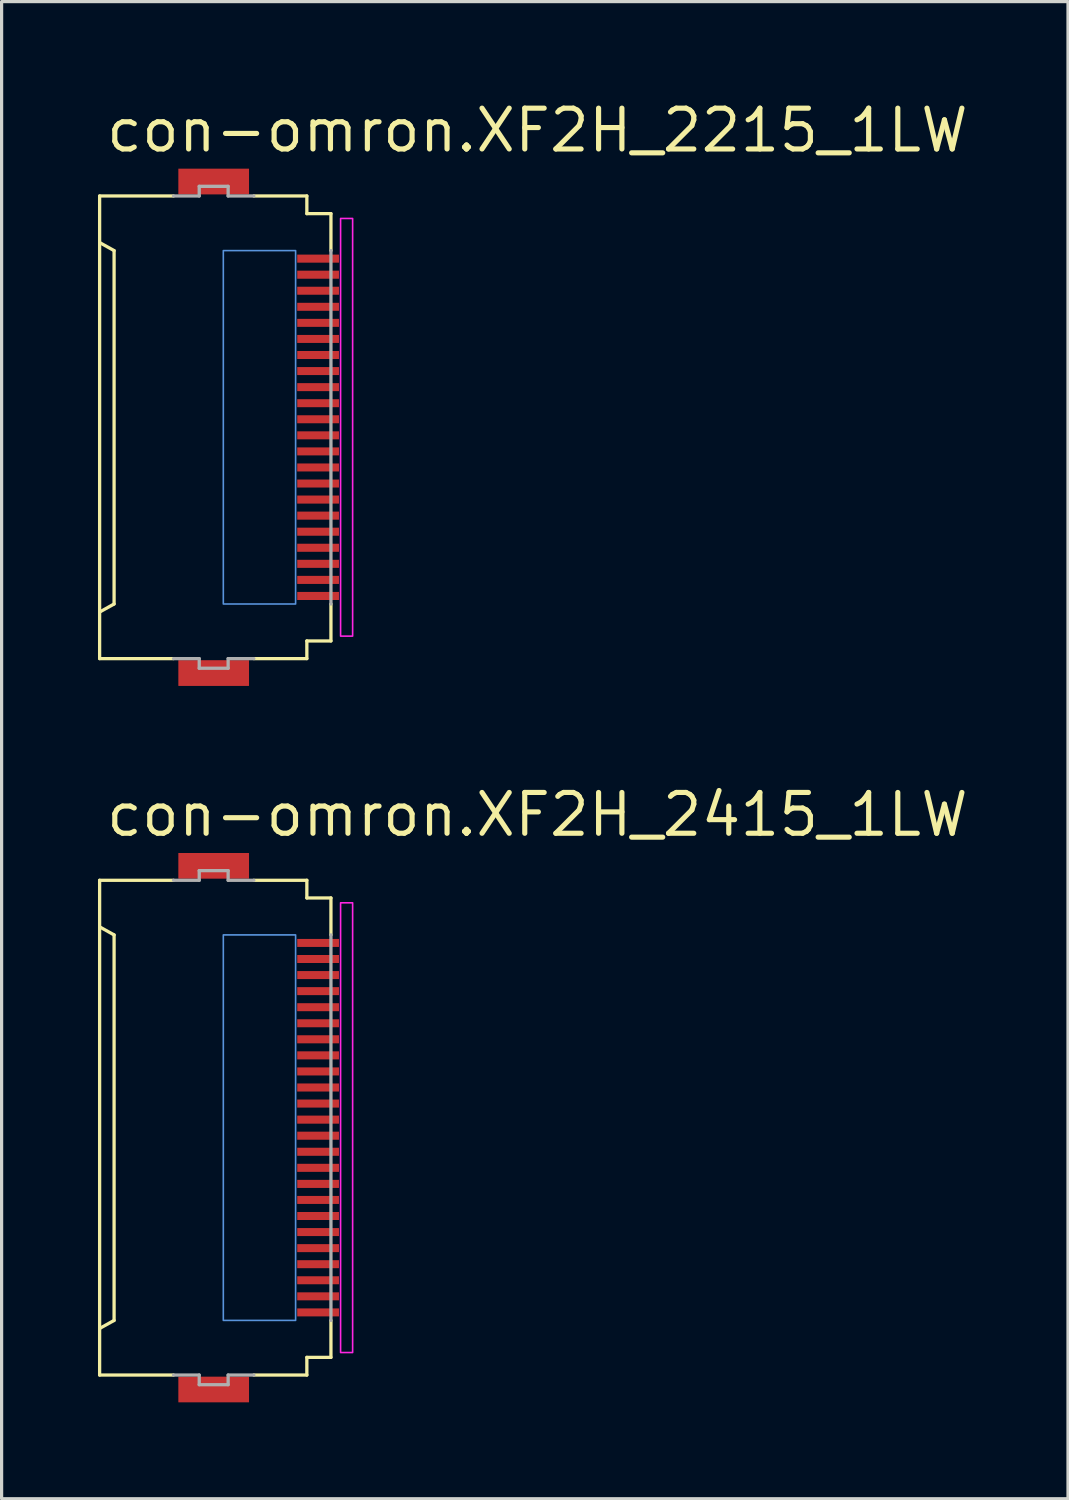
<source format=kicad_pcb>
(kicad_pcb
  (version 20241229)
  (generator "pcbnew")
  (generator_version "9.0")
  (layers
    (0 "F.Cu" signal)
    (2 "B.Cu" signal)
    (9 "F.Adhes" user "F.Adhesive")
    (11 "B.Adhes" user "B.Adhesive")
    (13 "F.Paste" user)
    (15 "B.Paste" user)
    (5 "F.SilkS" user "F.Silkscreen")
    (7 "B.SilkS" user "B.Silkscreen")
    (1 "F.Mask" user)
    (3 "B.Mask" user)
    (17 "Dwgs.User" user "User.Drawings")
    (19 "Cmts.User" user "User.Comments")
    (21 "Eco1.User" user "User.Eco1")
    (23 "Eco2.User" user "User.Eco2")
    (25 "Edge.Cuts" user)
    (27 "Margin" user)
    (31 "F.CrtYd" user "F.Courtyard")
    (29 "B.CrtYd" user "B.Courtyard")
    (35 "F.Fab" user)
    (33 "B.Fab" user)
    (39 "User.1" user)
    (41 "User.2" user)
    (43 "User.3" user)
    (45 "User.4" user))
  (footprint "con-omron.XF2H_2415_1LW"
    (layer "F.Cu")
    (at 3.676 32.05)
    (property "Reference" "con-omron.XF2H_2415_1LW" (at -3.5 -9 0) (layer "F.SilkS") (effects (font (size 1.27 1.27) (thickness 0.16)) (justify left bottom)))
    (attr smd)
    (fp_rect (start 2.475 -5.575) (end 3.875 -5.925) (stroke (width 0.05) (type default)) (fill yes) (layer "F.Mask"))
    (fp_rect (start 2.475 -5.075) (end 3.875 -5.425) (stroke (width 0.05) (type default)) (fill yes) (layer "F.Mask"))
    (fp_rect (start 2.475 -4.575) (end 3.875 -4.925) (stroke (width 0.05) (type default)) (fill yes) (layer "F.Mask"))
    (fp_rect (start 2.475 -4.075) (end 3.875 -4.425) (stroke (width 0.05) (type default)) (fill yes) (layer "F.Mask"))
    (fp_rect (start 2.475 -3.575) (end 3.875 -3.925) (stroke (width 0.05) (type default)) (fill yes) (layer "F.Mask"))
    (fp_rect (start 2.475 -3.075) (end 3.875 -3.425) (stroke (width 0.05) (type default)) (fill yes) (layer "F.Mask"))
    (fp_rect (start 2.475 -2.575) (end 3.875 -2.925) (stroke (width 0.05) (type default)) (fill yes) (layer "F.Mask"))
    (fp_rect (start 2.475 -2.075) (end 3.875 -2.425) (stroke (width 0.05) (type default)) (fill yes) (layer "F.Mask"))
    (fp_rect (start 2.475 -1.575) (end 3.875 -1.925) (stroke (width 0.05) (type default)) (fill yes) (layer "F.Mask"))
    (fp_rect (start 2.475 -1.075) (end 3.875 -1.425) (stroke (width 0.05) (type default)) (fill yes) (layer "F.Mask"))
    (fp_rect (start 2.475 -0.575) (end 3.875 -0.925) (stroke (width 0.05) (type default)) (fill yes) (layer "F.Mask"))
    (fp_rect (start 2.475 -0.075) (end 3.875 -0.425) (stroke (width 0.05) (type default)) (fill yes) (layer "F.Mask"))
    (fp_rect (start 2.475 0.425) (end 3.875 0.075) (stroke (width 0.05) (type default)) (fill yes) (layer "F.Mask"))
    (fp_rect (start 2.475 0.925) (end 3.875 0.575) (stroke (width 0.05) (type default)) (fill yes) (layer "F.Mask"))
    (fp_rect (start 2.475 1.425) (end 3.875 1.075) (stroke (width 0.05) (type default)) (fill yes) (layer "F.Mask"))
    (fp_rect (start 2.475 1.925) (end 3.875 1.575) (stroke (width 0.05) (type default)) (fill yes) (layer "F.Mask"))
    (fp_rect (start 2.475 2.425) (end 3.875 2.075) (stroke (width 0.05) (type default)) (fill yes) (layer "F.Mask"))
    (fp_rect (start 2.475 2.925) (end 3.875 2.575) (stroke (width 0.05) (type default)) (fill yes) (layer "F.Mask"))
    (fp_rect (start 2.475 3.425) (end 3.875 3.075) (stroke (width 0.05) (type default)) (fill yes) (layer "F.Mask"))
    (fp_rect (start 2.475 3.925) (end 3.875 3.575) (stroke (width 0.05) (type default)) (fill yes) (layer "F.Mask"))
    (fp_rect (start 2.475 4.425) (end 3.875 4.075) (stroke (width 0.05) (type default)) (fill yes) (layer "F.Mask"))
    (fp_rect (start 2.475 4.925) (end 3.875 4.575) (stroke (width 0.05) (type default)) (fill yes) (layer "F.Mask"))
    (fp_rect (start 2.475 5.425) (end 3.875 5.075) (stroke (width 0.05) (type default)) (fill yes) (layer "F.Mask"))
    (fp_rect (start 2.475 5.925) (end 3.875 5.575) (stroke (width 0.05) (type default)) (fill yes) (layer "F.Mask"))
    (fp_line (start -3.625 -7.7) (end -1.325 -7.7) (stroke (width 0.102) (type default)) (layer "F.SilkS"))
    (fp_line (start -3.625 -6.25) (end -3.625 -7.7) (stroke (width 0.102) (type default)) (layer "F.SilkS"))
    (fp_line (start -3.625 -6.25) (end -3.625 6.25) (stroke (width 0.102) (type default)) (layer "F.SilkS"))
    (fp_line (start -3.625 6.25) (end -3.175 6) (stroke (width 0.102) (type default)) (layer "F.SilkS"))
    (fp_line (start -3.625 7.7) (end -3.625 6.25) (stroke (width 0.102) (type default)) (layer "F.SilkS"))
    (fp_line (start -3.175 -6) (end -3.625 -6.25) (stroke (width 0.102) (type default)) (layer "F.SilkS"))
    (fp_line (start -3.175 6) (end -3.175 -6) (stroke (width 0.102) (type default)) (layer "F.SilkS"))
    (fp_line (start -1.325 7.7) (end -3.625 7.7) (stroke (width 0.102) (type default)) (layer "F.SilkS"))
    (fp_line (start 1.175 -7.7) (end 2.825 -7.7) (stroke (width 0.102) (type default)) (layer "F.SilkS"))
    (fp_line (start 1.175 7.7) (end 2.825 7.7) (stroke (width 0.102) (type default)) (layer "F.SilkS"))
    (fp_line (start 2.825 -7.7) (end 2.825 -7.15) (stroke (width 0.102) (type default)) (layer "F.SilkS"))
    (fp_line (start 2.825 -7.15) (end 3.575 -7.15) (stroke (width 0.102) (type default)) (layer "F.SilkS"))
    (fp_line (start 2.825 7.15) (end 2.825 7.7) (stroke (width 0.102) (type default)) (layer "F.SilkS"))
    (fp_line (start 2.825 7.15) (end 3.575 7.15) (stroke (width 0.102) (type default)) (layer "F.SilkS"))
    (fp_line (start 3.575 -7.15) (end 3.575 -6) (stroke (width 0.102) (type default)) (layer "F.SilkS"))
    (fp_line (start 3.575 6) (end 3.575 7.15) (stroke (width 0.102) (type default)) (layer "F.SilkS"))
    (fp_rect (start 0.225 6) (end 2.475 -6) (stroke (width 0.05) (type default)) (fill no) (layer "Cmts.User"))
    (fp_rect (start 3.875 7) (end 4.25 -7) (stroke (width 0.05) (type default)) (fill no) (layer "F.CrtYd"))
    (fp_line (start -1.325 -7.7) (end -0.525 -7.7) (stroke (width 0.102) (type default)) (layer "F.Fab"))
    (fp_line (start -0.525 -8) (end 0.375 -8) (stroke (width 0.102) (type default)) (layer "F.Fab"))
    (fp_line (start -0.525 -7.7) (end -0.525 -8) (stroke (width 0.102) (type default)) (layer "F.Fab"))
    (fp_line (start -0.525 7.7) (end -1.325 7.7) (stroke (width 0.102) (type default)) (layer "F.Fab"))
    (fp_line (start -0.525 8) (end -0.525 7.7) (stroke (width 0.102) (type default)) (layer "F.Fab"))
    (fp_line (start 0.375 -8) (end 0.375 -7.7) (stroke (width 0.102) (type default)) (layer "F.Fab"))
    (fp_line (start 0.375 -7.7) (end 1.175 -7.7) (stroke (width 0.102) (type default)) (layer "F.Fab"))
    (fp_line (start 0.375 7.7) (end 0.375 8) (stroke (width 0.102) (type default)) (layer "F.Fab"))
    (fp_line (start 0.375 8) (end -0.525 8) (stroke (width 0.102) (type default)) (layer "F.Fab"))
    (fp_line (start 1.175 7.7) (end 0.375 7.7) (stroke (width 0.102) (type default)) (layer "F.Fab"))
    (fp_line (start 3.575 -6) (end 3.575 6) (stroke (width 0.102) (type default)) (layer "F.Fab"))
    (pad "1" smd roundrect (at 3.175 -5.75) (size 1.3 0.25) (layers "F.Cu" "F.Mask" "F.Paste") (roundrect_rratio 0.01))
    (pad "2" smd roundrect (at 3.175 -5.25) (size 1.3 0.25) (layers "F.Cu" "F.Mask" "F.Paste") (roundrect_rratio 0.01))
    (pad "3" smd roundrect (at 3.175 -4.75) (size 1.3 0.25) (layers "F.Cu" "F.Mask" "F.Paste") (roundrect_rratio 0.01))
    (pad "4" smd roundrect (at 3.175 -4.25) (size 1.3 0.25) (layers "F.Cu" "F.Mask" "F.Paste") (roundrect_rratio 0.01))
    (pad "5" smd roundrect (at 3.175 -3.75) (size 1.3 0.25) (layers "F.Cu" "F.Mask" "F.Paste") (roundrect_rratio 0.01))
    (pad "6" smd roundrect (at 3.175 -3.25) (size 1.3 0.25) (layers "F.Cu" "F.Mask" "F.Paste") (roundrect_rratio 0.01))
    (pad "7" smd roundrect (at 3.175 -2.75) (size 1.3 0.25) (layers "F.Cu" "F.Mask" "F.Paste") (roundrect_rratio 0.01))
    (pad "8" smd roundrect (at 3.175 -2.25) (size 1.3 0.25) (layers "F.Cu" "F.Mask" "F.Paste") (roundrect_rratio 0.01))
    (pad "9" smd roundrect (at 3.175 -1.75) (size 1.3 0.25) (layers "F.Cu" "F.Mask" "F.Paste") (roundrect_rratio 0.01))
    (pad "10" smd roundrect (at 3.175 -1.25) (size 1.3 0.25) (layers "F.Cu" "F.Mask" "F.Paste") (roundrect_rratio 0.01))
    (pad "11" smd roundrect (at 3.175 -0.75) (size 1.3 0.25) (layers "F.Cu" "F.Mask" "F.Paste") (roundrect_rratio 0.01))
    (pad "12" smd roundrect (at 3.175 -0.25) (size 1.3 0.25) (layers "F.Cu" "F.Mask" "F.Paste") (roundrect_rratio 0.01))
    (pad "13" smd roundrect (at 3.175 0.25) (size 1.3 0.25) (layers "F.Cu" "F.Mask" "F.Paste") (roundrect_rratio 0.01))
    (pad "14" smd roundrect (at 3.175 0.75) (size 1.3 0.25) (layers "F.Cu" "F.Mask" "F.Paste") (roundrect_rratio 0.01))
    (pad "15" smd roundrect (at 3.175 1.25) (size 1.3 0.25) (layers "F.Cu" "F.Mask" "F.Paste") (roundrect_rratio 0.01))
    (pad "16" smd roundrect (at 3.175 1.75) (size 1.3 0.25) (layers "F.Cu" "F.Mask" "F.Paste") (roundrect_rratio 0.01))
    (pad "17" smd roundrect (at 3.175 2.25) (size 1.3 0.25) (layers "F.Cu" "F.Mask" "F.Paste") (roundrect_rratio 0.01))
    (pad "18" smd roundrect (at 3.175 2.75) (size 1.3 0.25) (layers "F.Cu" "F.Mask" "F.Paste") (roundrect_rratio 0.01))
    (pad "19" smd roundrect (at 3.175 3.25) (size 1.3 0.25) (layers "F.Cu" "F.Mask" "F.Paste") (roundrect_rratio 0.01))
    (pad "20" smd roundrect (at 3.175 3.75) (size 1.3 0.25) (layers "F.Cu" "F.Mask" "F.Paste") (roundrect_rratio 0.01))
    (pad "21" smd roundrect (at 3.175 4.25) (size 1.3 0.25) (layers "F.Cu" "F.Mask" "F.Paste") (roundrect_rratio 0.01))
    (pad "22" smd roundrect (at 3.175 4.75) (size 1.3 0.25) (layers "F.Cu" "F.Mask" "F.Paste") (roundrect_rratio 0.01))
    (pad "23" smd roundrect (at 3.175 5.25) (size 1.3 0.25) (layers "F.Cu" "F.Mask" "F.Paste") (roundrect_rratio 0.01))
    (pad "24" smd roundrect (at 3.175 5.75) (size 1.3 0.25) (layers "F.Cu" "F.Mask" "F.Paste") (roundrect_rratio 0.01))
    (pad "M1" smd roundrect (at -0.075 -8.15) (size 2.2 0.8) (layers "F.Cu" "F.Mask" "F.Paste") (roundrect_rratio 0.01))
    (pad "M2" smd roundrect (at -0.075 8.15) (size 2.2 0.8) (layers "F.Cu" "F.Mask" "F.Paste") (roundrect_rratio 0.01)))
  (footprint "con-omron.XF2H_2215_1LW"
    (layer "F.Cu")
    (at 3.676 10.25)
    (property "Reference" "con-omron.XF2H_2215_1LW" (at -3.5 -8.5 0) (layer "F.SilkS") (effects (font (size 1.27 1.27) (thickness 0.16)) (justify left bottom)))
    (attr smd)
    (fp_rect (start 2.475 -5.075) (end 3.875 -5.425) (stroke (width 0.05) (type default)) (fill yes) (layer "F.Mask"))
    (fp_rect (start 2.475 -4.575) (end 3.875 -4.925) (stroke (width 0.05) (type default)) (fill yes) (layer "F.Mask"))
    (fp_rect (start 2.475 -4.075) (end 3.875 -4.425) (stroke (width 0.05) (type default)) (fill yes) (layer "F.Mask"))
    (fp_rect (start 2.475 -3.575) (end 3.875 -3.925) (stroke (width 0.05) (type default)) (fill yes) (layer "F.Mask"))
    (fp_rect (start 2.475 -3.075) (end 3.875 -3.425) (stroke (width 0.05) (type default)) (fill yes) (layer "F.Mask"))
    (fp_rect (start 2.475 -2.575) (end 3.875 -2.925) (stroke (width 0.05) (type default)) (fill yes) (layer "F.Mask"))
    (fp_rect (start 2.475 -2.075) (end 3.875 -2.425) (stroke (width 0.05) (type default)) (fill yes) (layer "F.Mask"))
    (fp_rect (start 2.475 -1.575) (end 3.875 -1.925) (stroke (width 0.05) (type default)) (fill yes) (layer "F.Mask"))
    (fp_rect (start 2.475 -1.075) (end 3.875 -1.425) (stroke (width 0.05) (type default)) (fill yes) (layer "F.Mask"))
    (fp_rect (start 2.475 -0.575) (end 3.875 -0.925) (stroke (width 0.05) (type default)) (fill yes) (layer "F.Mask"))
    (fp_rect (start 2.475 -0.075) (end 3.875 -0.425) (stroke (width 0.05) (type default)) (fill yes) (layer "F.Mask"))
    (fp_rect (start 2.475 0.425) (end 3.875 0.075) (stroke (width 0.05) (type default)) (fill yes) (layer "F.Mask"))
    (fp_rect (start 2.475 0.925) (end 3.875 0.575) (stroke (width 0.05) (type default)) (fill yes) (layer "F.Mask"))
    (fp_rect (start 2.475 1.425) (end 3.875 1.075) (stroke (width 0.05) (type default)) (fill yes) (layer "F.Mask"))
    (fp_rect (start 2.475 1.925) (end 3.875 1.575) (stroke (width 0.05) (type default)) (fill yes) (layer "F.Mask"))
    (fp_rect (start 2.475 2.425) (end 3.875 2.075) (stroke (width 0.05) (type default)) (fill yes) (layer "F.Mask"))
    (fp_rect (start 2.475 2.925) (end 3.875 2.575) (stroke (width 0.05) (type default)) (fill yes) (layer "F.Mask"))
    (fp_rect (start 2.475 3.425) (end 3.875 3.075) (stroke (width 0.05) (type default)) (fill yes) (layer "F.Mask"))
    (fp_rect (start 2.475 3.925) (end 3.875 3.575) (stroke (width 0.05) (type default)) (fill yes) (layer "F.Mask"))
    (fp_rect (start 2.475 4.425) (end 3.875 4.075) (stroke (width 0.05) (type default)) (fill yes) (layer "F.Mask"))
    (fp_rect (start 2.475 4.925) (end 3.875 4.575) (stroke (width 0.05) (type default)) (fill yes) (layer "F.Mask"))
    (fp_rect (start 2.475 5.425) (end 3.875 5.075) (stroke (width 0.05) (type default)) (fill yes) (layer "F.Mask"))
    (fp_line (start -3.625 -7.2) (end -1.325 -7.2) (stroke (width 0.102) (type default)) (layer "F.SilkS"))
    (fp_line (start -3.625 -5.75) (end -3.625 -7.2) (stroke (width 0.102) (type default)) (layer "F.SilkS"))
    (fp_line (start -3.625 -5.75) (end -3.625 5.75) (stroke (width 0.102) (type default)) (layer "F.SilkS"))
    (fp_line (start -3.625 5.75) (end -3.175 5.5) (stroke (width 0.102) (type default)) (layer "F.SilkS"))
    (fp_line (start -3.625 7.2) (end -3.625 5.75) (stroke (width 0.102) (type default)) (layer "F.SilkS"))
    (fp_line (start -3.175 -5.5) (end -3.625 -5.75) (stroke (width 0.102) (type default)) (layer "F.SilkS"))
    (fp_line (start -3.175 5.5) (end -3.175 -5.5) (stroke (width 0.102) (type default)) (layer "F.SilkS"))
    (fp_line (start -1.325 7.2) (end -3.625 7.2) (stroke (width 0.102) (type default)) (layer "F.SilkS"))
    (fp_line (start 1.175 -7.2) (end 2.825 -7.2) (stroke (width 0.102) (type default)) (layer "F.SilkS"))
    (fp_line (start 1.175 7.2) (end 2.825 7.2) (stroke (width 0.102) (type default)) (layer "F.SilkS"))
    (fp_line (start 2.825 -7.2) (end 2.825 -6.65) (stroke (width 0.102) (type default)) (layer "F.SilkS"))
    (fp_line (start 2.825 -6.65) (end 3.575 -6.65) (stroke (width 0.102) (type default)) (layer "F.SilkS"))
    (fp_line (start 2.825 6.65) (end 2.825 7.2) (stroke (width 0.102) (type default)) (layer "F.SilkS"))
    (fp_line (start 2.825 6.65) (end 3.575 6.65) (stroke (width 0.102) (type default)) (layer "F.SilkS"))
    (fp_line (start 3.575 -6.65) (end 3.575 -5.5) (stroke (width 0.102) (type default)) (layer "F.SilkS"))
    (fp_line (start 3.575 5.5) (end 3.575 6.65) (stroke (width 0.102) (type default)) (layer "F.SilkS"))
    (fp_rect (start 0.225 5.5) (end 2.475 -5.5) (stroke (width 0.05) (type default)) (fill no) (layer "Cmts.User"))
    (fp_rect (start 3.875 6.5) (end 4.25 -6.5) (stroke (width 0.05) (type default)) (fill no) (layer "F.CrtYd"))
    (fp_line (start -1.325 -7.2) (end -0.525 -7.2) (stroke (width 0.102) (type default)) (layer "F.Fab"))
    (fp_line (start -0.525 -7.5) (end 0.375 -7.5) (stroke (width 0.102) (type default)) (layer "F.Fab"))
    (fp_line (start -0.525 -7.2) (end -0.525 -7.5) (stroke (width 0.102) (type default)) (layer "F.Fab"))
    (fp_line (start -0.525 7.2) (end -1.325 7.2) (stroke (width 0.102) (type default)) (layer "F.Fab"))
    (fp_line (start -0.525 7.5) (end -0.525 7.2) (stroke (width 0.102) (type default)) (layer "F.Fab"))
    (fp_line (start 0.375 -7.5) (end 0.375 -7.2) (stroke (width 0.102) (type default)) (layer "F.Fab"))
    (fp_line (start 0.375 -7.2) (end 1.175 -7.2) (stroke (width 0.102) (type default)) (layer "F.Fab"))
    (fp_line (start 0.375 7.2) (end 0.375 7.5) (stroke (width 0.102) (type default)) (layer "F.Fab"))
    (fp_line (start 0.375 7.5) (end -0.525 7.5) (stroke (width 0.102) (type default)) (layer "F.Fab"))
    (fp_line (start 1.175 7.2) (end 0.375 7.2) (stroke (width 0.102) (type default)) (layer "F.Fab"))
    (fp_line (start 3.575 -5.5) (end 3.575 5.5) (stroke (width 0.102) (type default)) (layer "F.Fab"))
    (pad "1" smd roundrect (at 3.175 -5.25) (size 1.3 0.25) (layers "F.Cu" "F.Mask" "F.Paste") (roundrect_rratio 0.01))
    (pad "2" smd roundrect (at 3.175 -4.75) (size 1.3 0.25) (layers "F.Cu" "F.Mask" "F.Paste") (roundrect_rratio 0.01))
    (pad "3" smd roundrect (at 3.175 -4.25) (size 1.3 0.25) (layers "F.Cu" "F.Mask" "F.Paste") (roundrect_rratio 0.01))
    (pad "4" smd roundrect (at 3.175 -3.75) (size 1.3 0.25) (layers "F.Cu" "F.Mask" "F.Paste") (roundrect_rratio 0.01))
    (pad "5" smd roundrect (at 3.175 -3.25) (size 1.3 0.25) (layers "F.Cu" "F.Mask" "F.Paste") (roundrect_rratio 0.01))
    (pad "6" smd roundrect (at 3.175 -2.75) (size 1.3 0.25) (layers "F.Cu" "F.Mask" "F.Paste") (roundrect_rratio 0.01))
    (pad "7" smd roundrect (at 3.175 -2.25) (size 1.3 0.25) (layers "F.Cu" "F.Mask" "F.Paste") (roundrect_rratio 0.01))
    (pad "8" smd roundrect (at 3.175 -1.75) (size 1.3 0.25) (layers "F.Cu" "F.Mask" "F.Paste") (roundrect_rratio 0.01))
    (pad "9" smd roundrect (at 3.175 -1.25) (size 1.3 0.25) (layers "F.Cu" "F.Mask" "F.Paste") (roundrect_rratio 0.01))
    (pad "10" smd roundrect (at 3.175 -0.75) (size 1.3 0.25) (layers "F.Cu" "F.Mask" "F.Paste") (roundrect_rratio 0.01))
    (pad "11" smd roundrect (at 3.175 -0.25) (size 1.3 0.25) (layers "F.Cu" "F.Mask" "F.Paste") (roundrect_rratio 0.01))
    (pad "12" smd roundrect (at 3.175 0.25) (size 1.3 0.25) (layers "F.Cu" "F.Mask" "F.Paste") (roundrect_rratio 0.01))
    (pad "13" smd roundrect (at 3.175 0.75) (size 1.3 0.25) (layers "F.Cu" "F.Mask" "F.Paste") (roundrect_rratio 0.01))
    (pad "14" smd roundrect (at 3.175 1.25) (size 1.3 0.25) (layers "F.Cu" "F.Mask" "F.Paste") (roundrect_rratio 0.01))
    (pad "15" smd roundrect (at 3.175 1.75) (size 1.3 0.25) (layers "F.Cu" "F.Mask" "F.Paste") (roundrect_rratio 0.01))
    (pad "16" smd roundrect (at 3.175 2.25) (size 1.3 0.25) (layers "F.Cu" "F.Mask" "F.Paste") (roundrect_rratio 0.01))
    (pad "17" smd roundrect (at 3.175 2.75) (size 1.3 0.25) (layers "F.Cu" "F.Mask" "F.Paste") (roundrect_rratio 0.01))
    (pad "18" smd roundrect (at 3.175 3.25) (size 1.3 0.25) (layers "F.Cu" "F.Mask" "F.Paste") (roundrect_rratio 0.01))
    (pad "19" smd roundrect (at 3.175 3.75) (size 1.3 0.25) (layers "F.Cu" "F.Mask" "F.Paste") (roundrect_rratio 0.01))
    (pad "20" smd roundrect (at 3.175 4.25) (size 1.3 0.25) (layers "F.Cu" "F.Mask" "F.Paste") (roundrect_rratio 0.01))
    (pad "21" smd roundrect (at 3.175 4.75) (size 1.3 0.25) (layers "F.Cu" "F.Mask" "F.Paste") (roundrect_rratio 0.01))
    (pad "22" smd roundrect (at 3.175 5.25) (size 1.3 0.25) (layers "F.Cu" "F.Mask" "F.Paste") (roundrect_rratio 0.01))
    (pad "M1" smd roundrect (at -0.075 -7.65) (size 2.2 0.8) (layers "F.Cu" "F.Mask" "F.Paste") (roundrect_rratio 0.01))
    (pad "M2" smd roundrect (at -0.075 7.65) (size 2.2 0.8) (layers "F.Cu" "F.Mask" "F.Paste") (roundrect_rratio 0.01)))
  (gr_rect
    (start -3 -3)
    (end 30.193 43.6)
    (stroke (width 0.1) (type default))
    (fill no)
    (layer "Edge.Cuts")))
</source>
